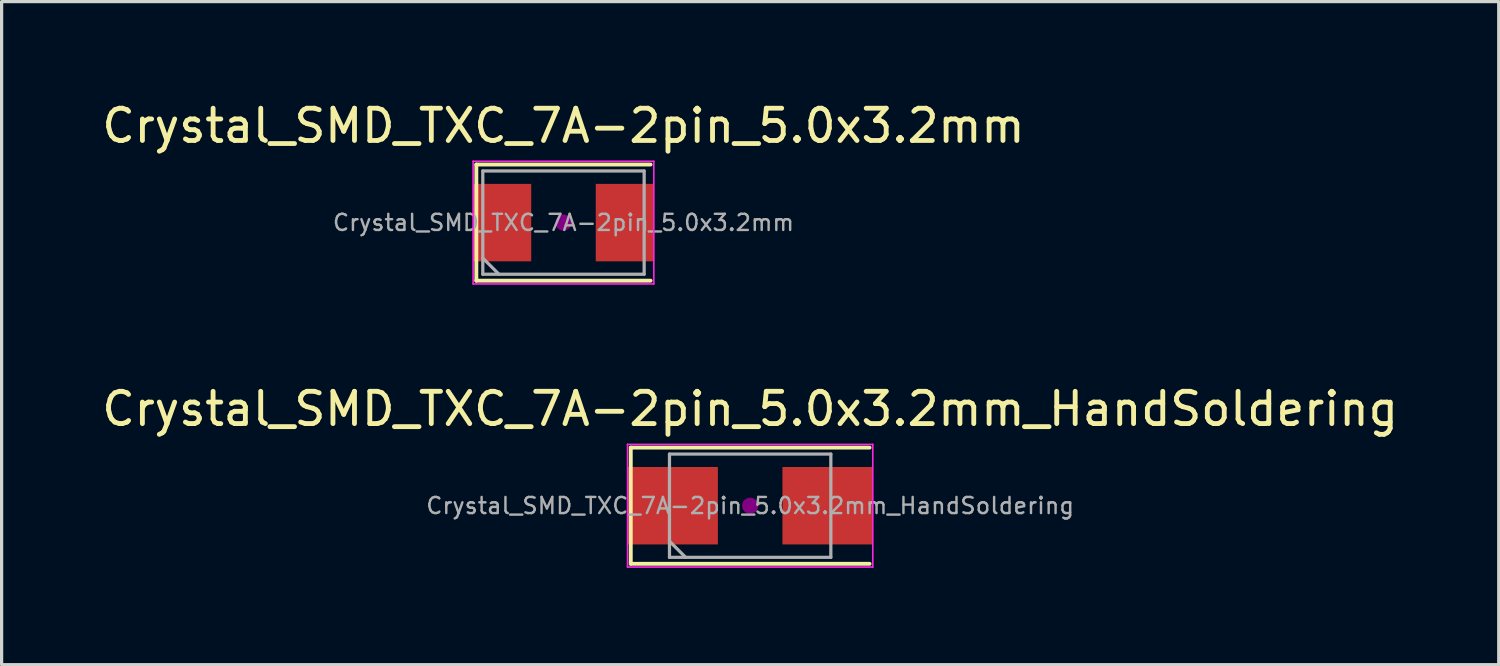
<source format=kicad_pcb>
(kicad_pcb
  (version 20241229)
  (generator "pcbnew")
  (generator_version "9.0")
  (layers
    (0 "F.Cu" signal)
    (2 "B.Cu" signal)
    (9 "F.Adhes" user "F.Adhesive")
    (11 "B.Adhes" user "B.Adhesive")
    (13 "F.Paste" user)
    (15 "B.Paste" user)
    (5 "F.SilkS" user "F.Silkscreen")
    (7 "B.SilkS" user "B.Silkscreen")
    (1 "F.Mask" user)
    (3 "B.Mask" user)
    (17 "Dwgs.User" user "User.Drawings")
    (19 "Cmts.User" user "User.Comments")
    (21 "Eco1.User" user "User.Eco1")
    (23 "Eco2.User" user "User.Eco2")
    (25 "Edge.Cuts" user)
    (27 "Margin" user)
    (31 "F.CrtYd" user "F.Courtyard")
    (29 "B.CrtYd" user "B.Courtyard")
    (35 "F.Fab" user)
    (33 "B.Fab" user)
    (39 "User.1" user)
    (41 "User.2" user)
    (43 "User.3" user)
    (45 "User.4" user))
  (footprint "Crystal_SMD_TXC_7A-2pin_5.0x3.2mm"
    (layer "F.Cu")
    (at 14.411 3.848)
    (property "Reference" "Crystal_SMD_TXC_7A-2pin_5.0x3.2mm" (at 0 -3 0) (layer "F.SilkS") (effects (font (size 1 1) (thickness 0.15))))
    (attr smd)
    (fp_line (start -2.7 -1.8) (end -2.7 1.8) (stroke (width 0.12) (type solid)) (layer "F.SilkS"))
    (fp_line (start -2.7 1.8) (end 2.7 1.8) (stroke (width 0.12) (type solid)) (layer "F.SilkS"))
    (fp_line (start 2.7 -1.8) (end -2.7 -1.8) (stroke (width 0.12) (type solid)) (layer "F.SilkS"))
    (fp_circle (center 0 0) (end 0.047 0) (stroke (width 0.093) (type solid)) (fill no) (layer "F.Adhes"))
    (fp_circle (center 0 0) (end 0.107 0) (stroke (width 0.067) (type solid)) (fill no) (layer "F.Adhes"))
    (fp_circle (center 0 0) (end 0.167 0) (stroke (width 0.067) (type solid)) (fill no) (layer "F.Adhes"))
    (fp_circle (center 0 0) (end 0.2 0) (stroke (width 0.1) (type solid)) (fill no) (layer "F.Adhes"))
    (fp_line (start -2.8 -1.9) (end -2.8 1.9) (stroke (width 0.05) (type solid)) (layer "F.CrtYd"))
    (fp_line (start -2.8 1.9) (end 2.8 1.9) (stroke (width 0.05) (type solid)) (layer "F.CrtYd"))
    (fp_line (start 2.8 -1.9) (end -2.8 -1.9) (stroke (width 0.05) (type solid)) (layer "F.CrtYd"))
    (fp_line (start 2.8 1.9) (end 2.8 -1.9) (stroke (width 0.05) (type solid)) (layer "F.CrtYd"))
    (fp_line (start -2.5 -1.6) (end -2.5 1.6) (stroke (width 0.1) (type solid)) (layer "F.Fab"))
    (fp_line (start -2.5 1.1) (end -2 1.6) (stroke (width 0.1) (type solid)) (layer "F.Fab"))
    (fp_line (start -2.5 1.6) (end 2.5 1.6) (stroke (width 0.1) (type solid)) (layer "F.Fab"))
    (fp_line (start 2.5 -1.6) (end -2.5 -1.6) (stroke (width 0.1) (type solid)) (layer "F.Fab"))
    (fp_line (start 2.5 1.6) (end 2.5 -1.6) (stroke (width 0.1) (type solid)) (layer "F.Fab"))
    (fp_text user "${REFERENCE}" (at 0 0 0) (layer "F.Fab") (effects (font (size 0.5 0.5) (thickness 0.075))))
    (pad "1" smd rect (at -1.9 0) (size 1.8 2.4) (layers "F.Cu" "F.Mask" "F.Paste"))
    (pad "2" smd rect (at 1.9 0) (size 1.8 2.4) (layers "F.Cu" "F.Mask" "F.Paste")))
  (footprint "Crystal_SMD_TXC_7A-2pin_5.0x3.2mm_HandSoldering"
    (layer "F.Cu")
    (at 20.196 12.621)
    (property "Reference" "Crystal_SMD_TXC_7A-2pin_5.0x3.2mm_HandSoldering" (at 0 -3 0) (layer "F.SilkS") (effects (font (size 1 1) (thickness 0.15))))
    (attr smd)
    (fp_line (start -3.7 -1.8) (end -3.7 1.8) (stroke (width 0.12) (type solid)) (layer "F.SilkS"))
    (fp_line (start -3.7 1.8) (end 3.7 1.8) (stroke (width 0.12) (type solid)) (layer "F.SilkS"))
    (fp_line (start 3.7 -1.8) (end -3.7 -1.8) (stroke (width 0.12) (type solid)) (layer "F.SilkS"))
    (fp_circle (center 0 0) (end 0.047 0) (stroke (width 0.093) (type solid)) (fill no) (layer "F.Adhes"))
    (fp_circle (center 0 0) (end 0.107 0) (stroke (width 0.067) (type solid)) (fill no) (layer "F.Adhes"))
    (fp_circle (center 0 0) (end 0.167 0) (stroke (width 0.067) (type solid)) (fill no) (layer "F.Adhes"))
    (fp_circle (center 0 0) (end 0.2 0) (stroke (width 0.1) (type solid)) (fill no) (layer "F.Adhes"))
    (fp_line (start -3.8 -1.9) (end -3.8 1.9) (stroke (width 0.05) (type solid)) (layer "F.CrtYd"))
    (fp_line (start -3.8 1.9) (end 3.8 1.9) (stroke (width 0.05) (type solid)) (layer "F.CrtYd"))
    (fp_line (start 3.8 -1.9) (end -3.8 -1.9) (stroke (width 0.05) (type solid)) (layer "F.CrtYd"))
    (fp_line (start 3.8 1.9) (end 3.8 -1.9) (stroke (width 0.05) (type solid)) (layer "F.CrtYd"))
    (fp_line (start -2.5 -1.6) (end -2.5 1.6) (stroke (width 0.1) (type solid)) (layer "F.Fab"))
    (fp_line (start -2.5 1.1) (end -2 1.6) (stroke (width 0.1) (type solid)) (layer "F.Fab"))
    (fp_line (start -2.5 1.6) (end 2.5 1.6) (stroke (width 0.1) (type solid)) (layer "F.Fab"))
    (fp_line (start 2.5 -1.6) (end -2.5 -1.6) (stroke (width 0.1) (type solid)) (layer "F.Fab"))
    (fp_line (start 2.5 1.6) (end 2.5 -1.6) (stroke (width 0.1) (type solid)) (layer "F.Fab"))
    (fp_text user "${REFERENCE}" (at 0 0 0) (layer "F.Fab") (effects (font (size 0.5 0.5) (thickness 0.075))))
    (pad "1" smd rect (at -2.4 0) (size 2.8 2.4) (layers "F.Cu" "F.Mask" "F.Paste"))
    (pad "2" smd rect (at 2.4 0) (size 2.8 2.4) (layers "F.Cu" "F.Mask" "F.Paste")))
  (gr_rect
    (start -3 -3)
    (end 43.393 17.547)
    (stroke (width 0.1) (type default))
    (fill no)
    (layer "Edge.Cuts")))
</source>
